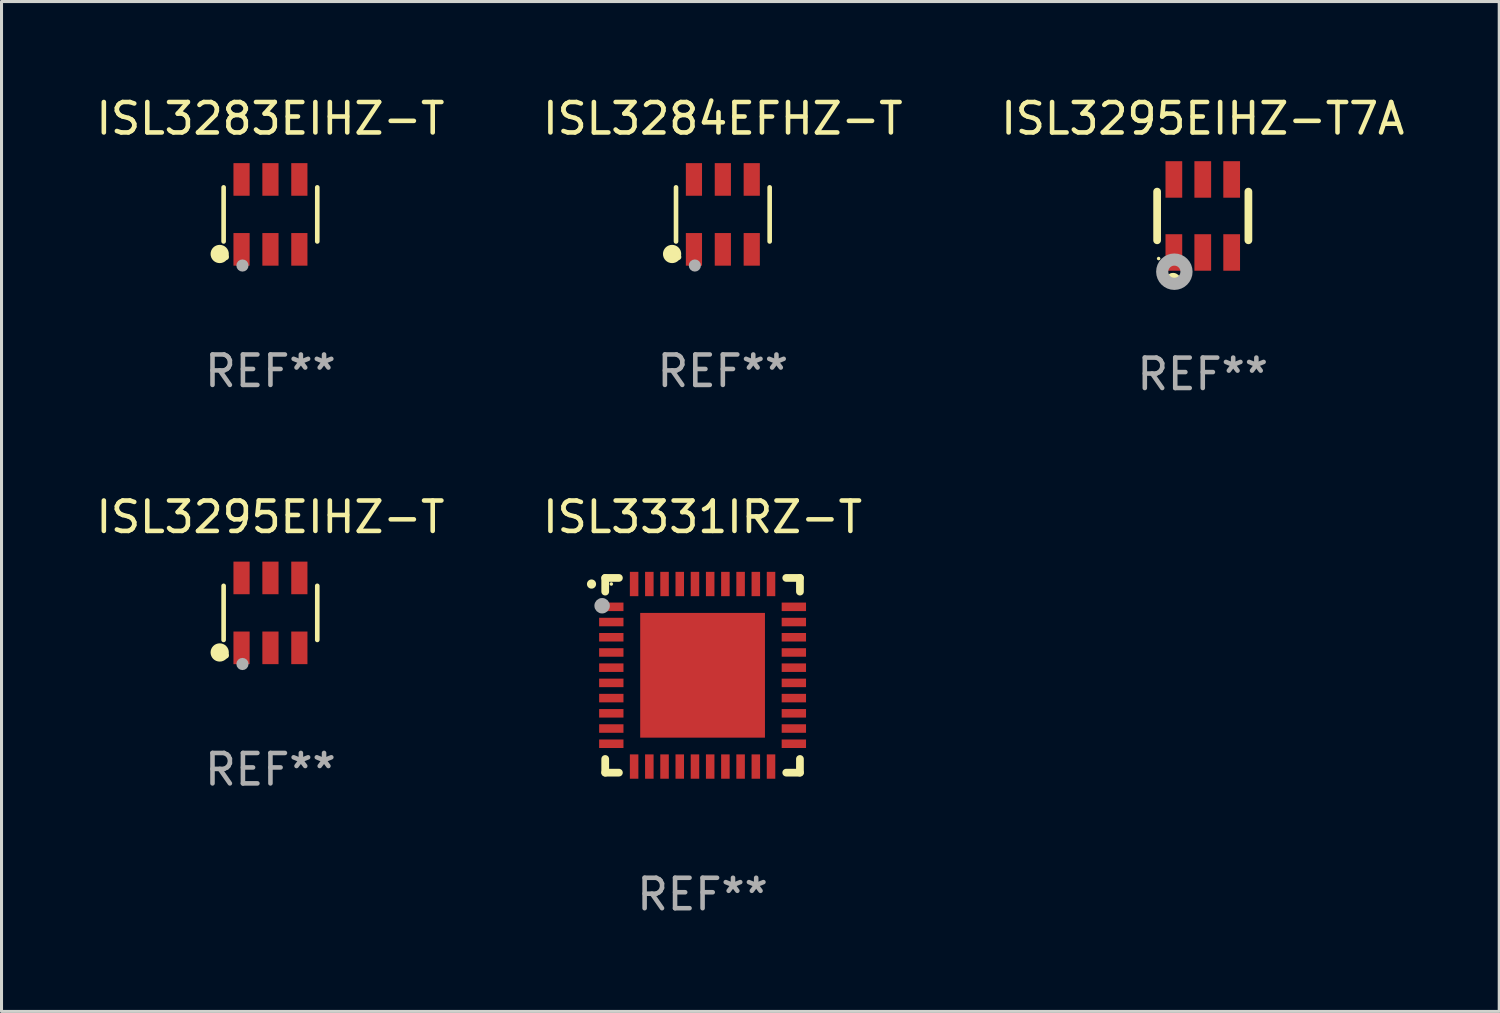
<source format=kicad_pcb>
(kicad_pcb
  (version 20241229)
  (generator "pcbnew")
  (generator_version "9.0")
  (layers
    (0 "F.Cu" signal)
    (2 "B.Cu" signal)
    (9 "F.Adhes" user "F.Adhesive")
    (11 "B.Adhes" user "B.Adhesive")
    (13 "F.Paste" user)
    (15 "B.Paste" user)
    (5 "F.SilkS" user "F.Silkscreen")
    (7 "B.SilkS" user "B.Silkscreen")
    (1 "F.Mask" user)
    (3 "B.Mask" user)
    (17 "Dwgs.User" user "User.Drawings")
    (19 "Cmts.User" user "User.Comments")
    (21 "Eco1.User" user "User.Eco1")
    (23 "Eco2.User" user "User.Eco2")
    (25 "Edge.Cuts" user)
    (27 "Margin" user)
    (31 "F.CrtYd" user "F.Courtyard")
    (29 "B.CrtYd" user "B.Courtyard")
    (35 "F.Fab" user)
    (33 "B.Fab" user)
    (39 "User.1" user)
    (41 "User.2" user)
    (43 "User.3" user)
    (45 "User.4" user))
  (footprint "ISL3284EFHZ-T"
    (layer "F.Cu")
    (at 20.708 3.997)
    (property "Reference" "ISL3284EFHZ-T" (at 0 -3.149 0) (layer "F.SilkS") (effects (font (size 1 1) (thickness 0.15))))
    (attr through_hole)
    (fp_line (start -1.539 0.889) (end -1.539 -0.889) (stroke (width 0.152) (type solid)) (layer "F.SilkS"))
    (fp_line (start 1.539 0.889) (end 1.539 -0.889) (stroke (width 0.152) (type solid)) (layer "F.SilkS"))
    (fp_circle (center -1.668 1.301) (end -1.518 1.301) (stroke (width 0.3) (type solid)) (fill no) (layer "F.SilkS"))
    (fp_circle (center -1.463 1.4) (end -1.413 1.4) (stroke (width 0.1) (type solid)) (fill no) (layer "F.SilkS"))
    (fp_circle (center -0.92 1.68) (end -0.82 1.68) (stroke (width 0.2) (type solid)) (fill no) (layer "F.Fab"))
    (fp_text user "REF**" (at 0 5.149 0) (layer "F.Fab") (effects (font (size 1 1) (thickness 0.15))))
    (pad "1" smd rect (at -0.95 1.149) (size 0.532 1.072) (layers "F.Cu" "F.Mask" "F.Paste"))
    (pad "2" smd rect (at 0 1.149) (size 0.532 1.072) (layers "F.Cu" "F.Mask" "F.Paste"))
    (pad "3" smd rect (at 0.95 1.149) (size 0.532 1.072) (layers "F.Cu" "F.Mask" "F.Paste"))
    (pad "4" smd rect (at 0.95 -1.149) (size 0.532 1.072) (layers "F.Cu" "F.Mask" "F.Paste"))
    (pad "5" smd rect (at 0 -1.149) (size 0.532 1.072) (layers "F.Cu" "F.Mask" "F.Paste"))
    (pad "6" smd rect (at -0.95 -1.149) (size 0.532 1.072) (layers "F.Cu" "F.Mask" "F.Paste")))
  (footprint "ISL3283EIHZ-T"
    (layer "F.Cu")
    (at 5.839 3.997)
    (property "Reference" "ISL3283EIHZ-T" (at 0 -3.149 0) (layer "F.SilkS") (effects (font (size 1 1) (thickness 0.15))))
    (attr through_hole)
    (fp_line (start -1.539 0.889) (end -1.539 -0.889) (stroke (width 0.152) (type solid)) (layer "F.SilkS"))
    (fp_line (start 1.539 0.889) (end 1.539 -0.889) (stroke (width 0.152) (type solid)) (layer "F.SilkS"))
    (fp_circle (center -1.668 1.301) (end -1.518 1.301) (stroke (width 0.3) (type solid)) (fill no) (layer "F.SilkS"))
    (fp_circle (center -1.463 1.4) (end -1.413 1.4) (stroke (width 0.1) (type solid)) (fill no) (layer "F.SilkS"))
    (fp_circle (center -0.92 1.68) (end -0.82 1.68) (stroke (width 0.2) (type solid)) (fill no) (layer "F.Fab"))
    (fp_text user "REF**" (at 0 5.149 0) (layer "F.Fab") (effects (font (size 1 1) (thickness 0.15))))
    (pad "1" smd rect (at -0.95 1.149) (size 0.532 1.072) (layers "F.Cu" "F.Mask" "F.Paste"))
    (pad "2" smd rect (at 0 1.149) (size 0.532 1.072) (layers "F.Cu" "F.Mask" "F.Paste"))
    (pad "3" smd rect (at 0.95 1.149) (size 0.532 1.072) (layers "F.Cu" "F.Mask" "F.Paste"))
    (pad "4" smd rect (at 0.95 -1.149) (size 0.532 1.072) (layers "F.Cu" "F.Mask" "F.Paste"))
    (pad "5" smd rect (at 0 -1.149) (size 0.532 1.072) (layers "F.Cu" "F.Mask" "F.Paste"))
    (pad "6" smd rect (at -0.95 -1.149) (size 0.532 1.072) (layers "F.Cu" "F.Mask" "F.Paste")))
  (footprint "ISL3295EIHZ-T"
    (layer "F.Cu")
    (at 5.839 17.094)
    (property "Reference" "ISL3295EIHZ-T" (at 0 -3.149 0) (layer "F.SilkS") (effects (font (size 1 1) (thickness 0.15))))
    (attr through_hole)
    (fp_line (start -1.539 0.889) (end -1.539 -0.889) (stroke (width 0.152) (type solid)) (layer "F.SilkS"))
    (fp_line (start 1.539 0.889) (end 1.539 -0.889) (stroke (width 0.152) (type solid)) (layer "F.SilkS"))
    (fp_circle (center -1.668 1.301) (end -1.518 1.301) (stroke (width 0.3) (type solid)) (fill no) (layer "F.SilkS"))
    (fp_circle (center -1.463 1.4) (end -1.413 1.4) (stroke (width 0.1) (type solid)) (fill no) (layer "F.SilkS"))
    (fp_circle (center -0.92 1.68) (end -0.82 1.68) (stroke (width 0.2) (type solid)) (fill no) (layer "F.Fab"))
    (fp_text user "REF**" (at 0 5.149 0) (layer "F.Fab") (effects (font (size 1 1) (thickness 0.15))))
    (pad "1" smd rect (at -0.95 1.149) (size 0.532 1.072) (layers "F.Cu" "F.Mask" "F.Paste"))
    (pad "2" smd rect (at 0 1.149) (size 0.532 1.072) (layers "F.Cu" "F.Mask" "F.Paste"))
    (pad "3" smd rect (at 0.95 1.149) (size 0.532 1.072) (layers "F.Cu" "F.Mask" "F.Paste"))
    (pad "4" smd rect (at 0.95 -1.149) (size 0.532 1.072) (layers "F.Cu" "F.Mask" "F.Paste"))
    (pad "5" smd rect (at 0 -1.149) (size 0.532 1.072) (layers "F.Cu" "F.Mask" "F.Paste"))
    (pad "6" smd rect (at -0.95 -1.149) (size 0.532 1.072) (layers "F.Cu" "F.Mask" "F.Paste")))
  (footprint "ISL3331IRZ-T"
    (layer "F.Cu")
    (at 20.042 19.145)
    (property "Reference" "ISL3331IRZ-T" (at 0 -5.2 0) (layer "F.SilkS") (effects (font (size 1 1) (thickness 0.15))))
    (attr through_hole)
    (fp_line (start -3.2 -3.2) (end -2.75 -3.2) (stroke (width 0.254) (type solid)) (layer "F.SilkS"))
    (fp_line (start -3.2 -2.75) (end -3.2 -3.2) (stroke (width 0.254) (type solid)) (layer "F.SilkS"))
    (fp_line (start -3.2 3.2) (end -3.2 2.75) (stroke (width 0.254) (type solid)) (layer "F.SilkS"))
    (fp_line (start -2.75 3.2) (end -3.2 3.2) (stroke (width 0.254) (type solid)) (layer "F.SilkS"))
    (fp_line (start 2.75 3.2) (end 3.2 3.2) (stroke (width 0.254) (type solid)) (layer "F.SilkS"))
    (fp_line (start 3.2 -3.2) (end 2.75 -3.2) (stroke (width 0.254) (type solid)) (layer "F.SilkS"))
    (fp_line (start 3.2 -2.75) (end 3.2 -3.2) (stroke (width 0.254) (type solid)) (layer "F.SilkS"))
    (fp_line (start 3.2 3.2) (end 3.2 2.75) (stroke (width 0.254) (type solid)) (layer "F.SilkS"))
    (fp_arc (start -3.649987 -2.997206) (mid -3.649992 -2.998476) (end -3.649987 -2.999746) (stroke (width 0.3) (type solid)) (layer "F.SilkS"))
    (fp_circle (center -3 -3) (end -2.97 -3) (stroke (width 0.06) (type solid)) (fill no) (layer "F.SilkS"))
    (fp_circle (center -3.302 -2.286) (end -3.175 -2.286) (stroke (width 0.254) (type solid)) (fill no) (layer "F.Fab"))
    (fp_text user "REF**" (at 0 7.2 0) (layer "F.Fab") (effects (font (size 1 1) (thickness 0.15))))
    (pad "1" smd rect (at -3 -2.25 90) (size 0.28 0.8) (layers "F.Cu" "F.Mask" "F.Paste"))
    (pad "2" smd rect (at -3 -1.75 90) (size 0.28 0.8) (layers "F.Cu" "F.Mask" "F.Paste"))
    (pad "3" smd rect (at -3 -1.25 90) (size 0.28 0.8) (layers "F.Cu" "F.Mask" "F.Paste"))
    (pad "4" smd rect (at -3 -0.75 90) (size 0.28 0.8) (layers "F.Cu" "F.Mask" "F.Paste"))
    (pad "5" smd rect (at -3 -0.25 90) (size 0.28 0.8) (layers "F.Cu" "F.Mask" "F.Paste"))
    (pad "6" smd rect (at -3 0.25 90) (size 0.28 0.8) (layers "F.Cu" "F.Mask" "F.Paste"))
    (pad "7" smd rect (at -3 0.75 90) (size 0.28 0.8) (layers "F.Cu" "F.Mask" "F.Paste"))
    (pad "8" smd rect (at -3 1.25 90) (size 0.28 0.8) (layers "F.Cu" "F.Mask" "F.Paste"))
    (pad "9" smd rect (at -3 1.75 90) (size 0.28 0.8) (layers "F.Cu" "F.Mask" "F.Paste"))
    (pad "10" smd rect (at -3 2.25 90) (size 0.28 0.8) (layers "F.Cu" "F.Mask" "F.Paste"))
    (pad "11" smd rect (at -2.25 3) (size 0.28 0.8) (layers "F.Cu" "F.Mask" "F.Paste"))
    (pad "12" smd rect (at -1.75 3) (size 0.28 0.8) (layers "F.Cu" "F.Mask" "F.Paste"))
    (pad "13" smd rect (at -1.25 3) (size 0.28 0.8) (layers "F.Cu" "F.Mask" "F.Paste"))
    (pad "14" smd rect (at -0.75 3) (size 0.28 0.8) (layers "F.Cu" "F.Mask" "F.Paste"))
    (pad "15" smd rect (at -0.25 3) (size 0.28 0.8) (layers "F.Cu" "F.Mask" "F.Paste"))
    (pad "16" smd rect (at 0.25 3) (size 0.28 0.8) (layers "F.Cu" "F.Mask" "F.Paste"))
    (pad "17" smd rect (at 0.75 3) (size 0.28 0.8) (layers "F.Cu" "F.Mask" "F.Paste"))
    (pad "18" smd rect (at 1.25 3) (size 0.28 0.8) (layers "F.Cu" "F.Mask" "F.Paste"))
    (pad "19" smd rect (at 1.75 3) (size 0.28 0.8) (layers "F.Cu" "F.Mask" "F.Paste"))
    (pad "20" smd rect (at 2.25 3) (size 0.28 0.8) (layers "F.Cu" "F.Mask" "F.Paste"))
    (pad "21" smd rect (at 3 2.25 90) (size 0.28 0.8) (layers "F.Cu" "F.Mask" "F.Paste"))
    (pad "22" smd rect (at 3 1.75 90) (size 0.28 0.8) (layers "F.Cu" "F.Mask" "F.Paste"))
    (pad "23" smd rect (at 3 1.25 90) (size 0.28 0.8) (layers "F.Cu" "F.Mask" "F.Paste"))
    (pad "24" smd rect (at 3 0.75 90) (size 0.28 0.8) (layers "F.Cu" "F.Mask" "F.Paste"))
    (pad "25" smd rect (at 3 0.25 90) (size 0.28 0.8) (layers "F.Cu" "F.Mask" "F.Paste"))
    (pad "26" smd rect (at 3 -0.25 90) (size 0.28 0.8) (layers "F.Cu" "F.Mask" "F.Paste"))
    (pad "27" smd rect (at 3 -0.75 90) (size 0.28 0.8) (layers "F.Cu" "F.Mask" "F.Paste"))
    (pad "28" smd rect (at 3 -1.25 90) (size 0.28 0.8) (layers "F.Cu" "F.Mask" "F.Paste"))
    (pad "29" smd rect (at 3 -1.75 90) (size 0.28 0.8) (layers "F.Cu" "F.Mask" "F.Paste"))
    (pad "30" smd rect (at 3 -2.25 90) (size 0.28 0.8) (layers "F.Cu" "F.Mask" "F.Paste"))
    (pad "31" smd rect (at 2.25 -3) (size 0.28 0.8) (layers "F.Cu" "F.Mask" "F.Paste"))
    (pad "32" smd rect (at 1.75 -3) (size 0.28 0.8) (layers "F.Cu" "F.Mask" "F.Paste"))
    (pad "33" smd rect (at 1.25 -3) (size 0.28 0.8) (layers "F.Cu" "F.Mask" "F.Paste"))
    (pad "34" smd rect (at 0.75 -3) (size 0.28 0.8) (layers "F.Cu" "F.Mask" "F.Paste"))
    (pad "35" smd rect (at 0.25 -3) (size 0.28 0.8) (layers "F.Cu" "F.Mask" "F.Paste"))
    (pad "36" smd rect (at -0.25 -3) (size 0.28 0.8) (layers "F.Cu" "F.Mask" "F.Paste"))
    (pad "37" smd rect (at -0.75 -3) (size 0.28 0.8) (layers "F.Cu" "F.Mask" "F.Paste"))
    (pad "38" smd rect (at -1.25 -3) (size 0.28 0.8) (layers "F.Cu" "F.Mask" "F.Paste"))
    (pad "39" smd rect (at -1.75 -3) (size 0.28 0.8) (layers "F.Cu" "F.Mask" "F.Paste"))
    (pad "40" smd rect (at -2.25 -3) (size 0.28 0.8) (layers "F.Cu" "F.Mask" "F.Paste"))
    (pad "41" smd rect (at 0 0) (size 4.1 4.1) (layers "F.Cu" "F.Mask" "F.Paste")))
  (footprint "ISL3295EIHZ-T7A"
    (layer "F.Cu")
    (at 36.482 4.048)
    (property "Reference" "ISL3295EIHZ-T7A" (at 0 -3.2 0) (layer "F.SilkS") (effects (font (size 1 1) (thickness 0.15))))
    (attr through_hole)
    (fp_line (start -1.5 0.8) (end -1.5 -0.8) (stroke (width 0.254) (type solid)) (layer "F.SilkS"))
    (fp_line (start 1.5 -0.8) (end 1.5 0.8) (stroke (width 0.254) (type solid)) (layer "F.SilkS"))
    (fp_circle (center -1.45 1.4) (end -1.42 1.4) (stroke (width 0.06) (type solid)) (fill no) (layer "F.SilkS"))
    (fp_circle (center -0.975 2.125) (end -0.848 2.125) (stroke (width 0.254) (type solid)) (fill no) (layer "F.SilkS"))
    (fp_circle (center -0.934 1.832) (end -0.735 1.832) (stroke (width 0.4) (type solid)) (fill no) (layer "F.Fab"))
    (fp_text user "REF**" (at 0 5.2 0) (layer "F.Fab") (effects (font (size 1 1) (thickness 0.15))))
    (pad "1" smd rect (at -0.95 1.2) (size 0.55 1.2) (layers "F.Cu" "F.Mask" "F.Paste"))
    (pad "2" smd rect (at 0 1.2) (size 0.55 1.2) (layers "F.Cu" "F.Mask" "F.Paste"))
    (pad "3" smd rect (at 0.95 1.2) (size 0.55 1.2) (layers "F.Cu" "F.Mask" "F.Paste"))
    (pad "4" smd rect (at 0.95 -1.2) (size 0.55 1.2) (layers "F.Cu" "F.Mask" "F.Paste"))
    (pad "5" smd rect (at 0 -1.2) (size 0.55 1.2) (layers "F.Cu" "F.Mask" "F.Paste"))
    (pad "6" smd rect (at -0.95 -1.2) (size 0.55 1.2) (layers "F.Cu" "F.Mask" "F.Paste")))
  (gr_rect
    (start -3 -3)
    (end 46.226 30.193)
    (stroke (width 0.1) (type default))
    (fill no)
    (layer "Edge.Cuts")))
</source>
